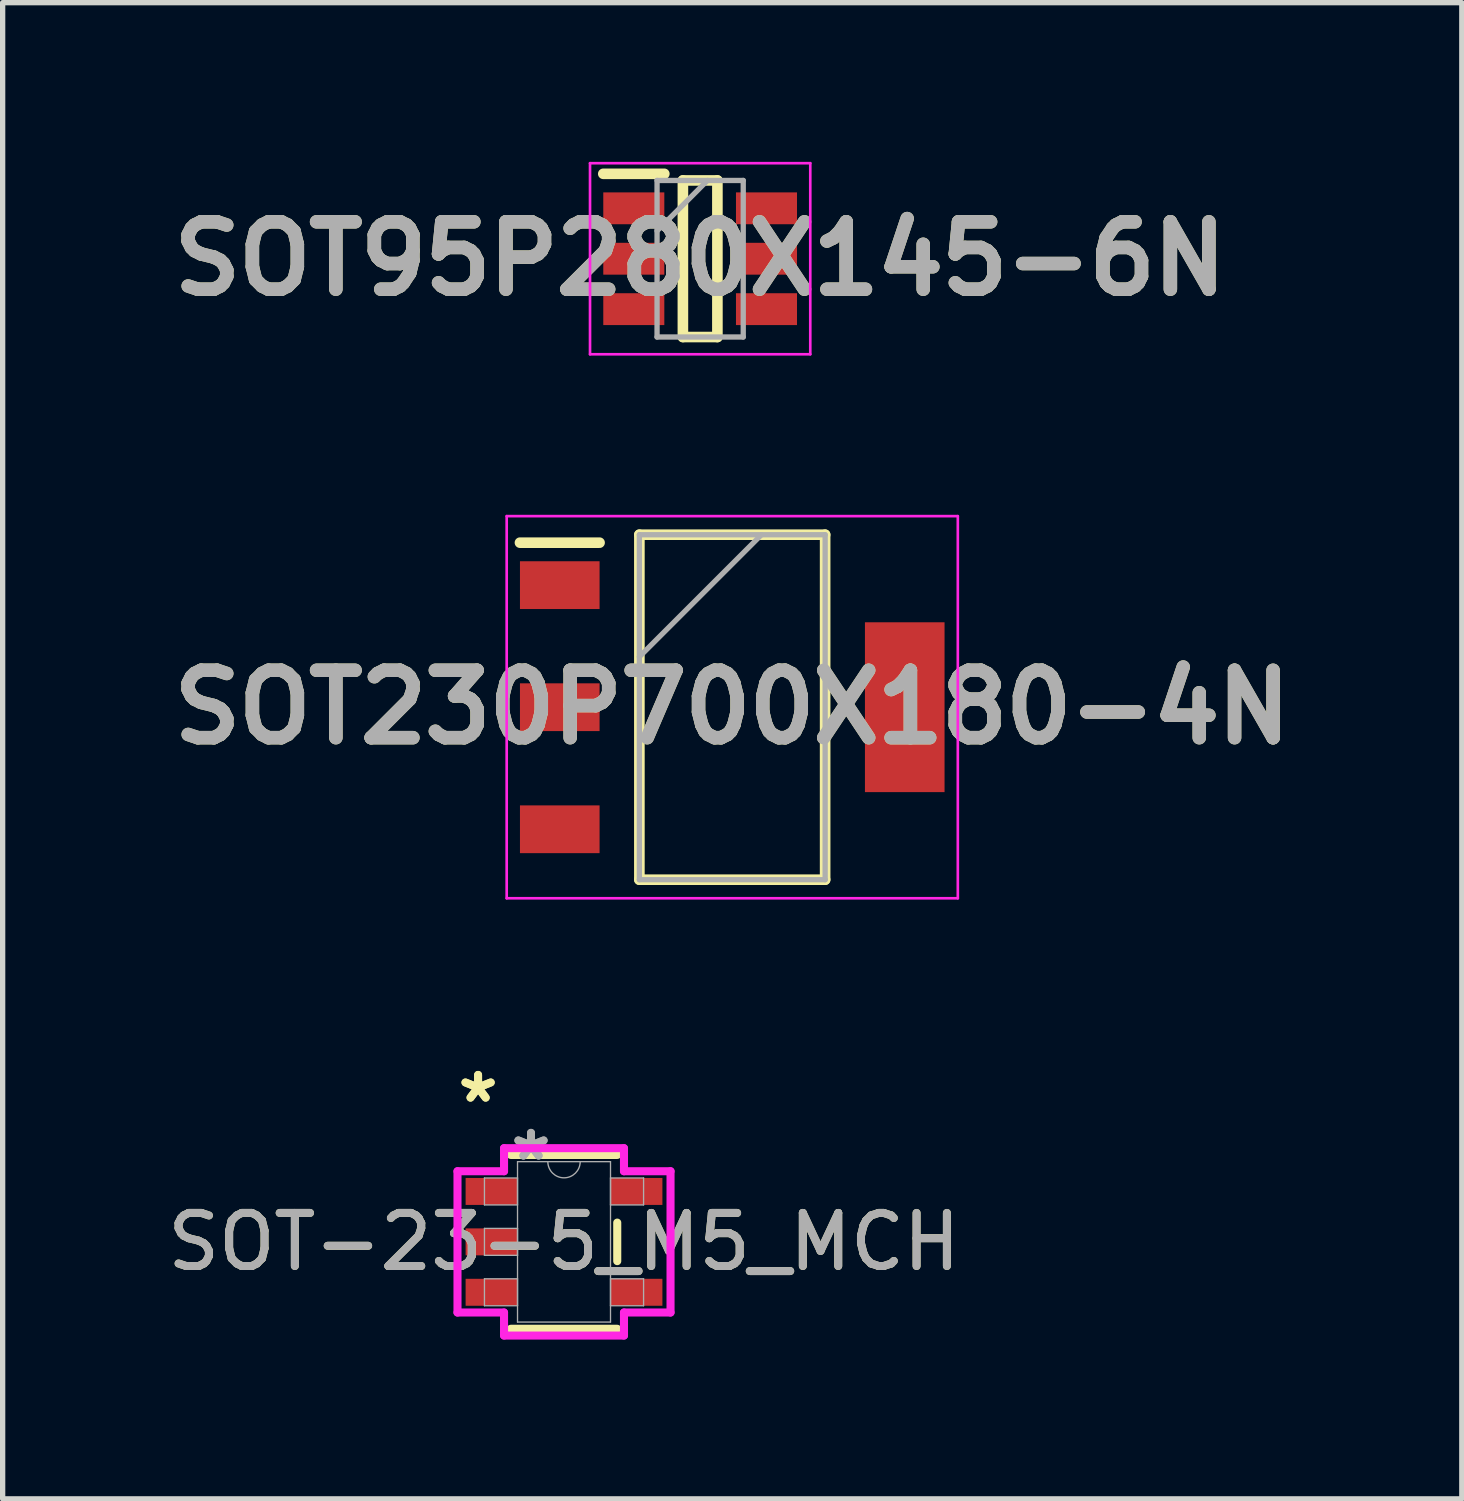
<source format=kicad_pcb>
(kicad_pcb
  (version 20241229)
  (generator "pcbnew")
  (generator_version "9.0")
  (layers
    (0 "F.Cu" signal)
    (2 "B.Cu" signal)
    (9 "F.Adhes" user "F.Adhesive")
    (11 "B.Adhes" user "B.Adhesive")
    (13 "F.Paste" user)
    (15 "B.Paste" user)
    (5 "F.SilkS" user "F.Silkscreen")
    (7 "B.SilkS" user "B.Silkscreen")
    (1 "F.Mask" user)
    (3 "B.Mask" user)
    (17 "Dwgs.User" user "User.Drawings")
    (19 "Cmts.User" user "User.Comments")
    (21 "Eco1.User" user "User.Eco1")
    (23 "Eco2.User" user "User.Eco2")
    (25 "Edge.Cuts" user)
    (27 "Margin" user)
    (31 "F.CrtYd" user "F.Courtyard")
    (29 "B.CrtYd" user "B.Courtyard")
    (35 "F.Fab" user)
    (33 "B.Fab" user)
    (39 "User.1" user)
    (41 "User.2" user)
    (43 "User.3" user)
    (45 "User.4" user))
  (footprint "SOT-23-5_M5_MCH"
    (layer "F.Cu")
    (at 7.577 20.349)
    (property "Reference" "SOT-23-5_M5_MCH" (at 0 0 0) (unlocked yes) (layer "F.SilkS") (effects (font (size 1 1) (thickness 0.15))))
    (attr smd)
    (fp_line (start -1.003 1.638) (end 1.003 1.638) (stroke (width 0.152) (type solid)) (layer "F.SilkS"))
    (fp_line (start 1.003 -1.638) (end -1.003 -1.638) (stroke (width 0.152) (type solid)) (layer "F.SilkS"))
    (fp_line (start 1.003 0.363) (end 1.003 -0.363) (stroke (width 0.152) (type solid)) (layer "F.SilkS"))
    (fp_line (start -2.007 -1.331) (end -1.13 -1.331) (stroke (width 0.152) (type solid)) (layer "F.CrtYd"))
    (fp_line (start -2.007 1.331) (end -2.007 -1.331) (stroke (width 0.152) (type solid)) (layer "F.CrtYd"))
    (fp_line (start -1.13 -1.765) (end 1.13 -1.765) (stroke (width 0.152) (type solid)) (layer "F.CrtYd"))
    (fp_line (start -1.13 -1.331) (end -1.13 -1.765) (stroke (width 0.152) (type solid)) (layer "F.CrtYd"))
    (fp_line (start -1.13 1.331) (end -2.007 1.331) (stroke (width 0.152) (type solid)) (layer "F.CrtYd"))
    (fp_line (start -1.13 1.765) (end -1.13 1.331) (stroke (width 0.152) (type solid)) (layer "F.CrtYd"))
    (fp_line (start 1.13 -1.765) (end 1.13 -1.331) (stroke (width 0.152) (type solid)) (layer "F.CrtYd"))
    (fp_line (start 1.13 -1.331) (end 2.007 -1.331) (stroke (width 0.152) (type solid)) (layer "F.CrtYd"))
    (fp_line (start 1.13 1.331) (end 1.13 1.765) (stroke (width 0.152) (type solid)) (layer "F.CrtYd"))
    (fp_line (start 1.13 1.765) (end -1.13 1.765) (stroke (width 0.152) (type solid)) (layer "F.CrtYd"))
    (fp_line (start 2.007 -1.331) (end 2.007 1.331) (stroke (width 0.152) (type solid)) (layer "F.CrtYd"))
    (fp_line (start 2.007 1.331) (end 1.13 1.331) (stroke (width 0.152) (type solid)) (layer "F.CrtYd"))
    (fp_line (start -1.499 -1.204) (end -1.499 -0.696) (stroke (width 0.025) (type solid)) (layer "F.Fab"))
    (fp_line (start -1.499 -0.696) (end -0.876 -0.696) (stroke (width 0.025) (type solid)) (layer "F.Fab"))
    (fp_line (start -1.499 -0.254) (end -1.499 0.254) (stroke (width 0.025) (type solid)) (layer "F.Fab"))
    (fp_line (start -1.499 0.254) (end -0.876 0.254) (stroke (width 0.025) (type solid)) (layer "F.Fab"))
    (fp_line (start -1.499 0.696) (end -1.499 1.204) (stroke (width 0.025) (type solid)) (layer "F.Fab"))
    (fp_line (start -1.499 1.204) (end -0.876 1.204) (stroke (width 0.025) (type solid)) (layer "F.Fab"))
    (fp_line (start -0.876 -1.511) (end -0.876 1.511) (stroke (width 0.025) (type solid)) (layer "F.Fab"))
    (fp_line (start -0.876 -1.204) (end -1.499 -1.204) (stroke (width 0.025) (type solid)) (layer "F.Fab"))
    (fp_line (start -0.876 -0.696) (end -0.876 -1.204) (stroke (width 0.025) (type solid)) (layer "F.Fab"))
    (fp_line (start -0.876 -0.254) (end -1.499 -0.254) (stroke (width 0.025) (type solid)) (layer "F.Fab"))
    (fp_line (start -0.876 0.254) (end -0.876 -0.254) (stroke (width 0.025) (type solid)) (layer "F.Fab"))
    (fp_line (start -0.876 0.696) (end -1.499 0.696) (stroke (width 0.025) (type solid)) (layer "F.Fab"))
    (fp_line (start -0.876 1.204) (end -0.876 0.696) (stroke (width 0.025) (type solid)) (layer "F.Fab"))
    (fp_line (start -0.876 1.511) (end 0.876 1.511) (stroke (width 0.025) (type solid)) (layer "F.Fab"))
    (fp_line (start 0.876 -1.511) (end -0.876 -1.511) (stroke (width 0.025) (type solid)) (layer "F.Fab"))
    (fp_line (start 0.876 -1.204) (end 0.876 -0.696) (stroke (width 0.025) (type solid)) (layer "F.Fab"))
    (fp_line (start 0.876 -0.696) (end 1.499 -0.696) (stroke (width 0.025) (type solid)) (layer "F.Fab"))
    (fp_line (start 0.876 0.696) (end 0.876 1.204) (stroke (width 0.025) (type solid)) (layer "F.Fab"))
    (fp_line (start 0.876 1.204) (end 1.499 1.204) (stroke (width 0.025) (type solid)) (layer "F.Fab"))
    (fp_line (start 0.876 1.511) (end 0.876 -1.511) (stroke (width 0.025) (type solid)) (layer "F.Fab"))
    (fp_line (start 1.499 -1.204) (end 0.876 -1.204) (stroke (width 0.025) (type solid)) (layer "F.Fab"))
    (fp_line (start 1.499 -0.696) (end 1.499 -1.204) (stroke (width 0.025) (type solid)) (layer "F.Fab"))
    (fp_line (start 1.499 0.696) (end 0.876 0.696) (stroke (width 0.025) (type solid)) (layer "F.Fab"))
    (fp_line (start 1.499 1.204) (end 1.499 0.696) (stroke (width 0.025) (type solid)) (layer "F.Fab"))
    (fp_arc (start 0.3048 -1.5113) (mid 0 -1.2065) (end -0.3048 -1.5113) (stroke (width 0.0254) (type solid)) (layer "F.Fab"))
    (fp_text user "*" (at -1.619 -2.601 0) (layer "F.SilkS") (effects (font (size 1 1) (thickness 0.15))))
    (fp_text user "*" (at -1.619 -2.601 0) (unlocked yes) (layer "F.SilkS") (effects (font (size 1 1) (thickness 0.15))))
    (fp_text user "*" (at -0.622 -1.509 0) (unlocked yes) (layer "F.Fab") (effects (font (size 1 1) (thickness 0.15))))
    (fp_text user "*" (at -0.622 -1.509 0) (layer "F.Fab") (effects (font (size 1 1) (thickness 0.15))))
    (fp_text user "${REFERENCE}" (at 0 0 0) (unlocked yes) (layer "F.Fab") (effects (font (size 1 1) (thickness 0.15))))
    (pad "1" smd rect (at -1.365 -0.95) (size 0.978 0.508) (layers "F.Cu" "F.Mask" "F.Paste"))
    (pad "2" smd rect (at -1.365 0) (size 0.978 0.508) (layers "F.Cu" "F.Mask" "F.Paste"))
    (pad "3" smd rect (at -1.365 0.95) (size 0.978 0.508) (layers "F.Cu" "F.Mask" "F.Paste"))
    (pad "4" smd rect (at 1.365 0.95) (size 0.978 0.508) (layers "F.Cu" "F.Mask" "F.Paste"))
    (pad "5" smd rect (at 1.365 -0.95) (size 0.978 0.508) (layers "F.Cu" "F.Mask" "F.Paste")))
  (footprint "SOT95P280X145-6N"
    (layer "F.Cu")
    (at 10.142 1.825)
    (property "Reference" "SOT95P280X145-6N" (at 0 0 0) (layer "F.SilkS") (effects (font (size 1.27 1.27) (thickness 0.254))))
    (attr smd)
    (fp_line (start -1.825 -1.6) (end -0.675 -1.6) (stroke (width 0.2) (type solid)) (layer "F.SilkS"))
    (fp_line (start -0.325 -1.475) (end 0.325 -1.475) (stroke (width 0.2) (type solid)) (layer "F.SilkS"))
    (fp_line (start -0.325 1.475) (end -0.325 -1.475) (stroke (width 0.2) (type solid)) (layer "F.SilkS"))
    (fp_line (start 0.325 -1.475) (end 0.325 1.475) (stroke (width 0.2) (type solid)) (layer "F.SilkS"))
    (fp_line (start 0.325 1.475) (end -0.325 1.475) (stroke (width 0.2) (type solid)) (layer "F.SilkS"))
    (fp_line (start -2.075 -1.8) (end 2.075 -1.8) (stroke (width 0.05) (type solid)) (layer "F.CrtYd"))
    (fp_line (start -2.075 1.8) (end -2.075 -1.8) (stroke (width 0.05) (type solid)) (layer "F.CrtYd"))
    (fp_line (start 2.075 -1.8) (end 2.075 1.8) (stroke (width 0.05) (type solid)) (layer "F.CrtYd"))
    (fp_line (start 2.075 1.8) (end -2.075 1.8) (stroke (width 0.05) (type solid)) (layer "F.CrtYd"))
    (fp_line (start -0.812 -1.475) (end 0.812 -1.475) (stroke (width 0.1) (type solid)) (layer "F.Fab"))
    (fp_line (start -0.812 -0.525) (end 0.138 -1.475) (stroke (width 0.1) (type solid)) (layer "F.Fab"))
    (fp_line (start -0.812 1.475) (end -0.812 -1.475) (stroke (width 0.1) (type solid)) (layer "F.Fab"))
    (fp_line (start 0.812 -1.475) (end 0.812 1.475) (stroke (width 0.1) (type solid)) (layer "F.Fab"))
    (fp_line (start 0.812 1.475) (end -0.812 1.475) (stroke (width 0.1) (type solid)) (layer "F.Fab"))
    (fp_text user "${REFERENCE}" (at 0 0 0) (layer "F.Fab") (effects (font (size 1.27 1.27) (thickness 0.254))))
    (pad "1" smd rect (at -1.25 -0.95 90) (size 0.6 1.15) (layers "F.Cu" "F.Mask" "F.Paste"))
    (pad "2" smd rect (at -1.25 0 90) (size 0.6 1.15) (layers "F.Cu" "F.Mask" "F.Paste"))
    (pad "3" smd rect (at -1.25 0.95 90) (size 0.6 1.15) (layers "F.Cu" "F.Mask" "F.Paste"))
    (pad "4" smd rect (at 1.25 0.95 90) (size 0.6 1.15) (layers "F.Cu" "F.Mask" "F.Paste"))
    (pad "5" smd rect (at 1.25 0 90) (size 0.6 1.15) (layers "F.Cu" "F.Mask" "F.Paste"))
    (pad "6" smd rect (at 1.25 -0.95 90) (size 0.6 1.15) (layers "F.Cu" "F.Mask" "F.Paste")))
  (footprint "SOT230P700X180-4N"
    (layer "F.Cu")
    (at 10.747 10.275)
    (property "Reference" "SOT230P700X180-4N" (at 0 0 0) (layer "F.SilkS") (effects (font (size 1.27 1.27) (thickness 0.254))))
    (attr smd)
    (fp_line (start -4 -3.1) (end -2.5 -3.1) (stroke (width 0.2) (type solid)) (layer "F.SilkS"))
    (fp_line (start -1.75 -3.25) (end 1.75 -3.25) (stroke (width 0.2) (type solid)) (layer "F.SilkS"))
    (fp_line (start -1.75 3.25) (end -1.75 -3.25) (stroke (width 0.2) (type solid)) (layer "F.SilkS"))
    (fp_line (start 1.75 -3.25) (end 1.75 3.25) (stroke (width 0.2) (type solid)) (layer "F.SilkS"))
    (fp_line (start 1.75 3.25) (end -1.75 3.25) (stroke (width 0.2) (type solid)) (layer "F.SilkS"))
    (fp_line (start -4.25 -3.6) (end 4.25 -3.6) (stroke (width 0.05) (type solid)) (layer "F.CrtYd"))
    (fp_line (start -4.25 3.6) (end -4.25 -3.6) (stroke (width 0.05) (type solid)) (layer "F.CrtYd"))
    (fp_line (start 4.25 -3.6) (end 4.25 3.6) (stroke (width 0.05) (type solid)) (layer "F.CrtYd"))
    (fp_line (start 4.25 3.6) (end -4.25 3.6) (stroke (width 0.05) (type solid)) (layer "F.CrtYd"))
    (fp_line (start -1.75 -3.25) (end 1.75 -3.25) (stroke (width 0.1) (type solid)) (layer "F.Fab"))
    (fp_line (start -1.75 -0.95) (end 0.55 -3.25) (stroke (width 0.1) (type solid)) (layer "F.Fab"))
    (fp_line (start -1.75 3.25) (end -1.75 -3.25) (stroke (width 0.1) (type solid)) (layer "F.Fab"))
    (fp_line (start 1.75 -3.25) (end 1.75 3.25) (stroke (width 0.1) (type solid)) (layer "F.Fab"))
    (fp_line (start 1.75 3.25) (end -1.75 3.25) (stroke (width 0.1) (type solid)) (layer "F.Fab"))
    (fp_text user "${REFERENCE}" (at 0 0 0) (layer "F.Fab") (effects (font (size 1.27 1.27) (thickness 0.254))))
    (pad "1" smd rect (at -3.25 -2.3 90) (size 0.9 1.5) (layers "F.Cu" "F.Mask" "F.Paste"))
    (pad "2" smd rect (at -3.25 0 90) (size 0.9 1.5) (layers "F.Cu" "F.Mask" "F.Paste"))
    (pad "3" smd rect (at -3.25 2.3 90) (size 0.9 1.5) (layers "F.Cu" "F.Mask" "F.Paste"))
    (pad "4" smd rect (at 3.25 0) (size 1.5 3.2) (layers "F.Cu" "F.Mask" "F.Paste")))
  (gr_rect
    (start -3 -3)
    (end 24.493 25.191)
    (stroke (width 0.1) (type default))
    (fill no)
    (layer "Edge.Cuts")))
</source>
